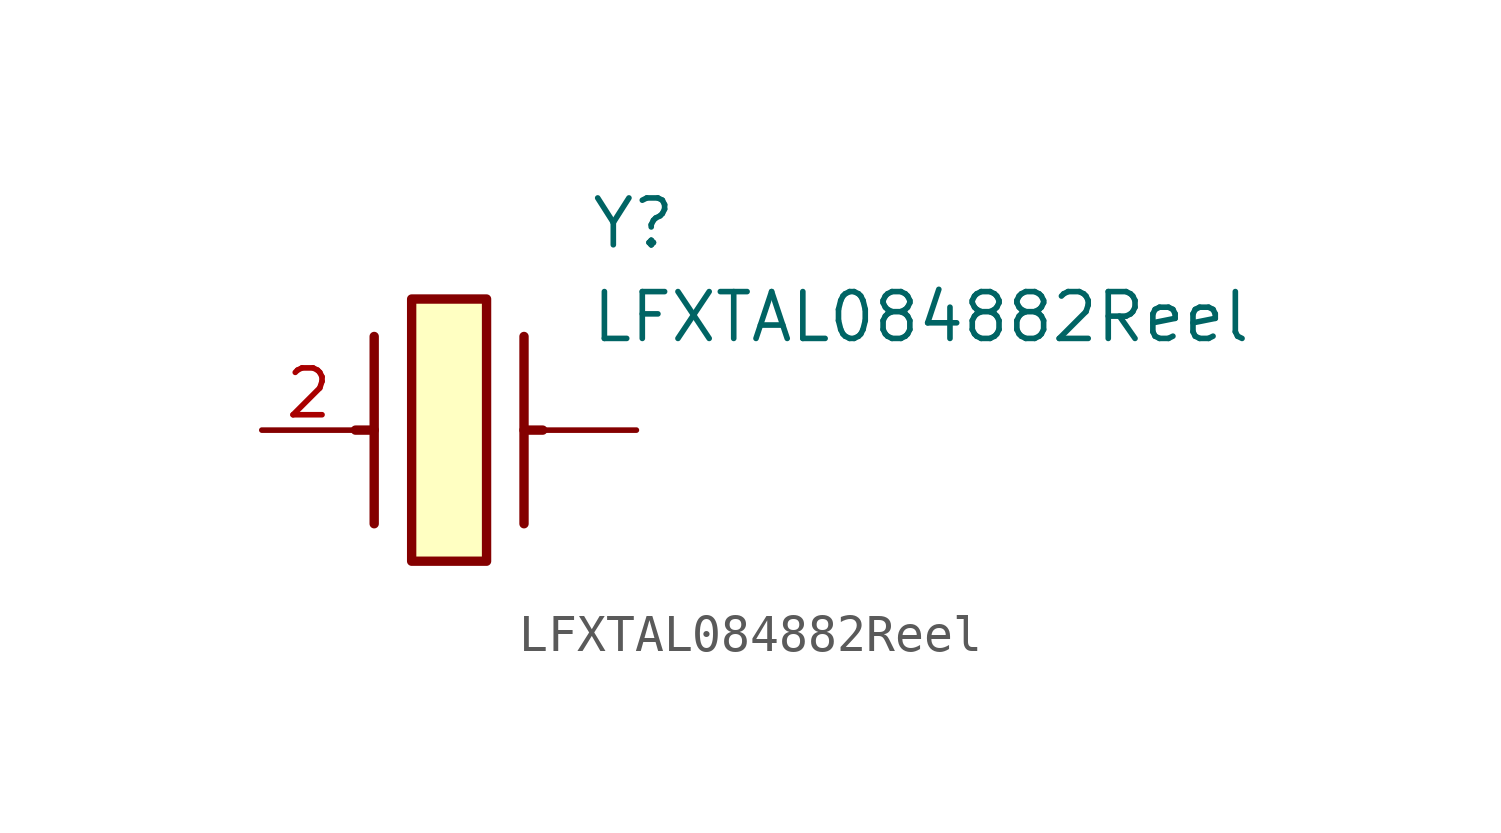
<source format=kicad_sym>
(kicad_symbol_lib
  (version 20211014)
  (generator SamacSys_ECAD_Model)
  (symbol "LFXTAL084882Reel"
    (pin_names hide)
    (property "Reference" "Y"
      (at 8.89 6.35 0)
      (effects (font (size 1.27 1.27)) (justify left top)))
    (property "Value" "LFXTAL084882Reel"
      (at 8.89 3.81 0)
      (effects (font (size 1.27 1.27)) (justify left top)))
    (rectangle
      (start 4.064 3.556)
      (end 6.096 -3.556)
      (stroke (width 0.254) (type default))
      (fill (type background)))
    (polyline
      (pts (xy 3.048 2.54) (xy 3.048 -2.54))
      (stroke (width 0.254) (type default))
      (fill (type none)))
    (polyline
      (pts (xy 7.112 2.54) (xy 7.112 -2.54))
      (stroke (width 0.254) (type default))
      (fill (type none)))
    (polyline
      (pts (xy 7.112 0) (xy 7.62 0))
      (stroke (width 0.254) (type default))
      (fill (type none)))
    (polyline
      (pts (xy 3.048 0) (xy 2.54 0))
      (stroke (width 0.254) (type default))
      (fill (type none)))
    (pin passive line
      (at 0 0 0)
      (length 2.54)
      (name "CRYSTAL_2" (effects (font (size 1.27 1.27))))
      (number "2" (effects (font (size 1.27 1.27)))))
    (pin passive line
      (at 10.16 0 180)
      (length 2.54)
      (name "" (effects (font (size 1.27 1.27))))
      (number "" (effects (font (size 1.27 1.27)))))))
</source>
